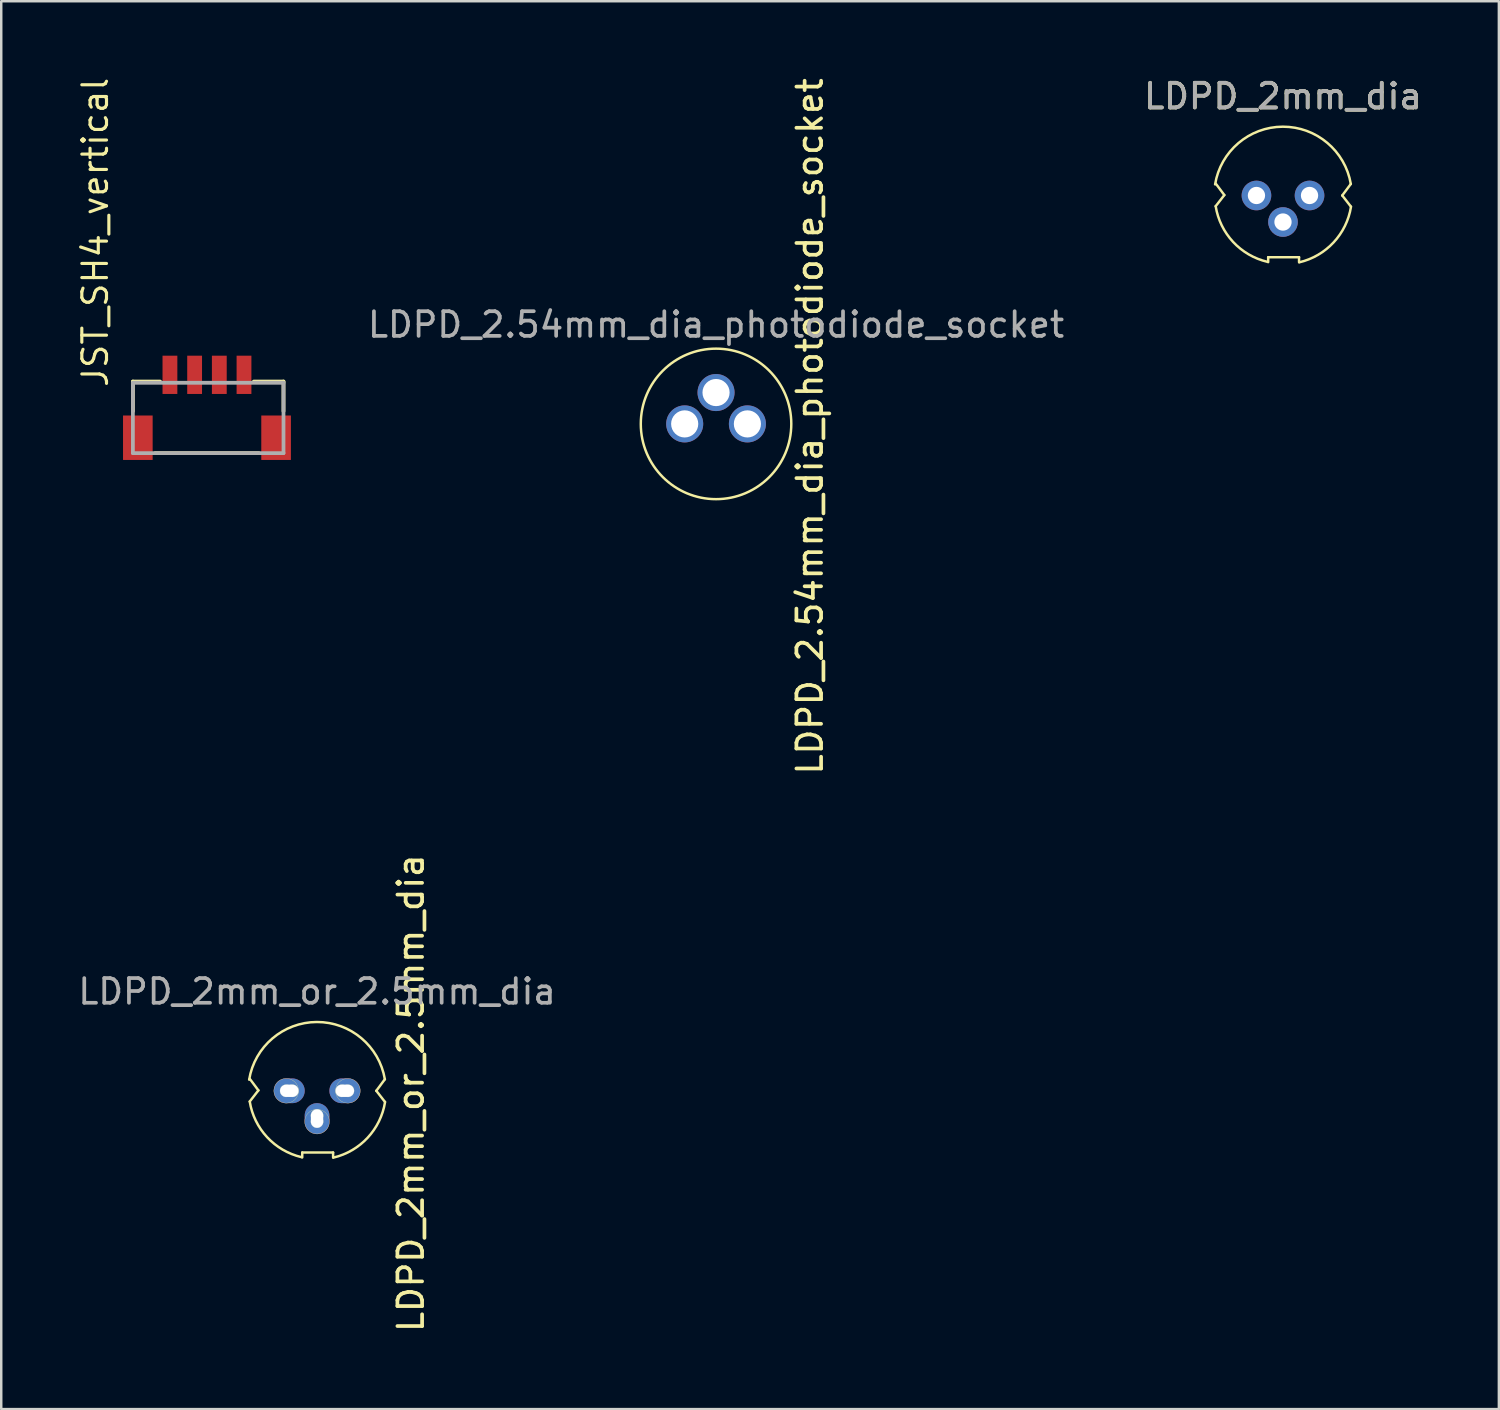
<source format=kicad_pcb>
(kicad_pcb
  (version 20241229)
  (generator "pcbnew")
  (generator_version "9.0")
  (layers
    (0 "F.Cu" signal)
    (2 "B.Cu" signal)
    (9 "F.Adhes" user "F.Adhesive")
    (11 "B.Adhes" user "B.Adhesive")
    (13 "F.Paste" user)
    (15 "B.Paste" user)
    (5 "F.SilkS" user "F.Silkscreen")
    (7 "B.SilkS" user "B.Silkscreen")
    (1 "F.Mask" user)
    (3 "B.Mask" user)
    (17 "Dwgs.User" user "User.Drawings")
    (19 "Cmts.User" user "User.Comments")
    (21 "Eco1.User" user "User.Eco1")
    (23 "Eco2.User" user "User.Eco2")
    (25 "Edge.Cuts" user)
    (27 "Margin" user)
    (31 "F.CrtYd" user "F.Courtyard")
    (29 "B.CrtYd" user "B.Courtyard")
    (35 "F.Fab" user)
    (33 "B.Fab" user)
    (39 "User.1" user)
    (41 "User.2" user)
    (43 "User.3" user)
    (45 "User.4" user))
  (footprint "LDPD_2.54mm_dia_photodiode_socket"
    (layer "F.Cu")
    (at 25.953 14.12)
    (property "Reference" "LDPD_2.54mm_dia_photodiode_socket" (at 3.8 0.1 90) (layer "F.SilkS") (effects (font (size 1 1) (thickness 0.15))))
    (attr through_hole)
    (fp_circle (center 0 0) (end 3.048 0) (stroke (width 0.1) (type default)) (fill no) (layer "F.SilkS"))
    (fp_text user "${REFERENCE}" (at 0 -4.02 0) (layer "F.Fab") (effects (font (size 1 1) (thickness 0.15))))
    (pad "1" thru_hole circle (at 1.27 0) (size 1.5 1.5) (drill 1.1) (layers "*.Cu" "*.Mask"))
    (pad "2" thru_hole circle (at 0 -1.27) (size 1.5 1.5) (drill 1.1) (layers "*.Cu" "*.Mask"))
    (pad "3" thru_hole circle (at -1.27 0) (size 1.5 1.5) (drill 1.1) (layers "*.Cu" "*.Mask")))
  (footprint "LDPD_2mm_or_2.5mm_dia"
    (layer "F.Cu")
    (at 9.792 41.132)
    (property "Reference" "LDPD_2mm_or_2.5mm_dia" (at 3.8 0.1 270) (layer "F.SilkS") (effects (font (size 1 1) (thickness 0.15))))
    (attr through_hole)
    (fp_line (start -2.724 -0.483) (end -2.376 -0.017) (stroke (width 0.1) (type default)) (layer "F.SilkS"))
    (fp_line (start -2.376 -0.017) (end -2.726 0.433) (stroke (width 0.1) (type default)) (layer "F.SilkS"))
    (fp_line (start -0.6 2.7) (end -0.6 2.5) (stroke (width 0.1) (type default)) (layer "F.SilkS"))
    (fp_line (start 0.65 2.5) (end -0.6 2.5) (stroke (width 0.1) (type default)) (layer "F.SilkS"))
    (fp_line (start 0.65 2.5) (end 0.65 2.7) (stroke (width 0.1) (type default)) (layer "F.SilkS"))
    (fp_line (start 2.4 0) (end 2.75 0.45) (stroke (width 0.1) (type default)) (layer "F.SilkS"))
    (fp_line (start 2.747 -0.467) (end 2.4 0) (stroke (width 0.1) (type default)) (layer "F.SilkS"))
    (fp_arc (start -2.749999 -0.45) (mid -0.00837 -2.786561) (end 2.747246 -0.466513) (stroke (width 0.1) (type default)) (layer "F.SilkS"))
    (fp_arc (start -0.629095 2.687951) (mid -2.021314 1.880195) (end -2.726377 0.433257) (stroke (width 0.1) (type default)) (layer "F.SilkS"))
    (fp_arc (start 2.755063 0.453062) (mid 2.05 1.9) (end 0.657781 2.707756) (stroke (width 0.1) (type default)) (layer "F.SilkS"))
    (fp_circle (center -1.25 0) (end -1 0) (stroke (width 0.01) (type default)) (fill no) (layer "F.SilkS"))
    (fp_circle (center -1.25 0) (end -0.75 0) (stroke (width 0.01) (type default)) (fill no) (layer "F.SilkS"))
    (fp_circle (center -1 0) (end -0.75 0) (stroke (width 0.01) (type default)) (fill no) (layer "F.SilkS"))
    (fp_circle (center 0 1) (end 0.25 1) (stroke (width 0.01) (type default)) (fill no) (layer "F.SilkS"))
    (fp_circle (center 0 1.25) (end 0.25 1.25) (stroke (width 0.01) (type default)) (fill no) (layer "F.SilkS"))
    (fp_circle (center 0 1.25) (end 0.5 1.25) (stroke (width 0.01) (type default)) (fill no) (layer "F.SilkS"))
    (fp_circle (center 1 0) (end 1.25 0) (stroke (width 0.01) (type default)) (fill no) (layer "F.SilkS"))
    (fp_circle (center 1.25 0) (end 1.5 0) (stroke (width 0.01) (type default)) (fill no) (layer "F.SilkS"))
    (fp_circle (center 1.25 0) (end 1.75 0) (stroke (width 0.01) (type default)) (fill no) (layer "F.SilkS"))
    (fp_circle (center -1 0) (end -0.775 0) (stroke (width 0.1) (type default)) (fill no) (layer "User.2"))
    (fp_circle (center 0 0) (end 2.8 0) (stroke (width 0.1) (type default)) (fill no) (layer "User.2"))
    (fp_circle (center 0 1) (end 0.225 1) (stroke (width 0.1) (type default)) (fill no) (layer "User.2"))
    (fp_circle (center 1 0) (end 1.225 0) (stroke (width 0.1) (type default)) (fill no) (layer "User.2"))
    (fp_text user "${REFERENCE}" (at 0 -4.02 0) (layer "F.Fab") (effects (font (size 1 1) (thickness 0.15))))
    (pad "1" thru_hole oval (at 1.125 0) (size 1.25 1) (drill oval 0.75 0.5) (layers "*.Cu" "*.Mask"))
    (pad "2" thru_hole oval (at 0 1.125 90) (size 1.25 1) (drill oval 0.75 0.5) (layers "*.Cu" "*.Mask"))
    (pad "3" thru_hole oval (at -1.125 0) (size 1.25 1) (drill oval 0.75 0.5) (layers "*.Cu" "*.Mask")))
  (footprint "LDPD_2mm_dia"
    (layer "F.Cu")
    (at 48.917 4.868)
    (property "Reference" "LDPD_2mm_dia" (at 0 -4.02 0) (layer "F.SilkS") (effects (font (size 1 1) (thickness 0.15))))
    (attr through_hole)
    (fp_line (start -2.724 -0.483) (end -2.376 -0.017) (stroke (width 0.1) (type default)) (layer "F.SilkS"))
    (fp_line (start -2.376 -0.017) (end -2.726 0.433) (stroke (width 0.1) (type default)) (layer "F.SilkS"))
    (fp_line (start -0.6 2.7) (end -0.6 2.5) (stroke (width 0.1) (type default)) (layer "F.SilkS"))
    (fp_line (start 0.65 2.5) (end -0.6 2.5) (stroke (width 0.1) (type default)) (layer "F.SilkS"))
    (fp_line (start 0.65 2.5) (end 0.65 2.7) (stroke (width 0.1) (type default)) (layer "F.SilkS"))
    (fp_line (start 2.4 0) (end 2.75 0.45) (stroke (width 0.1) (type default)) (layer "F.SilkS"))
    (fp_line (start 2.747 -0.467) (end 2.4 0) (stroke (width 0.1) (type default)) (layer "F.SilkS"))
    (fp_arc (start -2.749999 -0.45) (mid -0.00837 -2.786561) (end 2.747246 -0.466513) (stroke (width 0.1) (type default)) (layer "F.SilkS"))
    (fp_arc (start -0.629095 2.687951) (mid -2.021314 1.880195) (end -2.726377 0.433257) (stroke (width 0.1) (type default)) (layer "F.SilkS"))
    (fp_arc (start 2.755063 0.453062) (mid 2.05 1.9) (end 0.657781 2.707756) (stroke (width 0.1) (type default)) (layer "F.SilkS"))
    (fp_circle (center -1 0) (end -0.775 0) (stroke (width 0.1) (type default)) (fill no) (layer "User.2"))
    (fp_circle (center 0 0) (end 2.8 0) (stroke (width 0.1) (type default)) (fill no) (layer "User.2"))
    (fp_circle (center 0 1) (end 0.225 1) (stroke (width 0.1) (type default)) (fill no) (layer "User.2"))
    (fp_circle (center 1 0) (end 1.225 0) (stroke (width 0.1) (type default)) (fill no) (layer "User.2"))
    (fp_text user "${REFERENCE}" (at 0 -4.02 0) (layer "F.Fab") (effects (font (size 1 1) (thickness 0.15))))
    (pad "1" thru_hole oval (at 1.075 0) (size 1.2 1.2) (drill 0.7) (layers "*.Cu" "*.Mask"))
    (pad "2" thru_hole oval (at 0 1.075) (size 1.2 1.2) (drill 0.7) (layers "*.Cu" "*.Mask"))
    (pad "3" thru_hole oval (at -1.075 0) (size 1.2 1.2) (drill 0.7) (layers "*.Cu" "*.Mask")))
  (footprint "JST_SH4_vertical"
    (layer "F.Cu")
    (at 5.333 13.056)
    (property "Reference" "JST_SH4_vertical" (at -4.525 -0.351 90) (layer "F.SilkS") (effects (font (size 1 1) (thickness 0.127)) (justify left)))
    (fp_line (start -3 -0.652) (end -1.9 -0.652) (stroke (width 0.152) (type solid)) (layer "F.SilkS"))
    (fp_line (start -3 0.548) (end -3 -0.652) (stroke (width 0.152) (type solid)) (layer "F.SilkS"))
    (fp_line (start -2.1 2.248) (end 2.1 2.248) (stroke (width 0.152) (type solid)) (layer "F.SilkS"))
    (fp_line (start 1.9 -0.652) (end 3.1 -0.652) (stroke (width 0.152) (type solid)) (layer "F.SilkS"))
    (fp_line (start 3.1 -0.652) (end 3.1 0.548) (stroke (width 0.152) (type solid)) (layer "F.SilkS"))
    (fp_line (start -3 -0.602) (end 3.1 -0.602) (stroke (width 0.152) (type solid)) (layer "F.Fab"))
    (fp_line (start -3 2.248) (end -3 -0.602) (stroke (width 0.152) (type solid)) (layer "F.Fab"))
    (fp_line (start 3.1 -0.602) (end 3.1 2.248) (stroke (width 0.152) (type solid)) (layer "F.Fab"))
    (fp_line (start 3.1 2.248) (end -3 2.248) (stroke (width 0.152) (type solid)) (layer "F.Fab"))
    (pad "1" smd rect (at 1.5 -0.924 270) (size 1.55 0.6) (layers "F.Cu" "F.Mask" "F.Paste"))
    (pad "2" smd rect (at 0.5 -0.924 270) (size 1.55 0.6) (layers "F.Cu" "F.Mask" "F.Paste"))
    (pad "3" smd rect (at -0.5 -0.924 270) (size 1.55 0.6) (layers "F.Cu" "F.Mask" "F.Paste"))
    (pad "4" smd rect (at -1.5 -0.924 270) (size 1.55 0.6) (layers "F.Cu" "F.Mask" "F.Paste"))
    (pad "MT1" smd rect (at -2.8 1.624 90) (size 1.8 1.2) (layers "F.Cu" "F.Mask" "F.Paste"))
    (pad "MT2" smd rect (at 2.8 1.624 90) (size 1.8 1.2) (layers "F.Cu" "F.Mask" "F.Paste")))
  (gr_rect
    (start -3 -3)
    (end 57.661 54.024)
    (stroke (width 0.1) (type default))
    (fill no)
    (layer "Edge.Cuts")))
</source>
